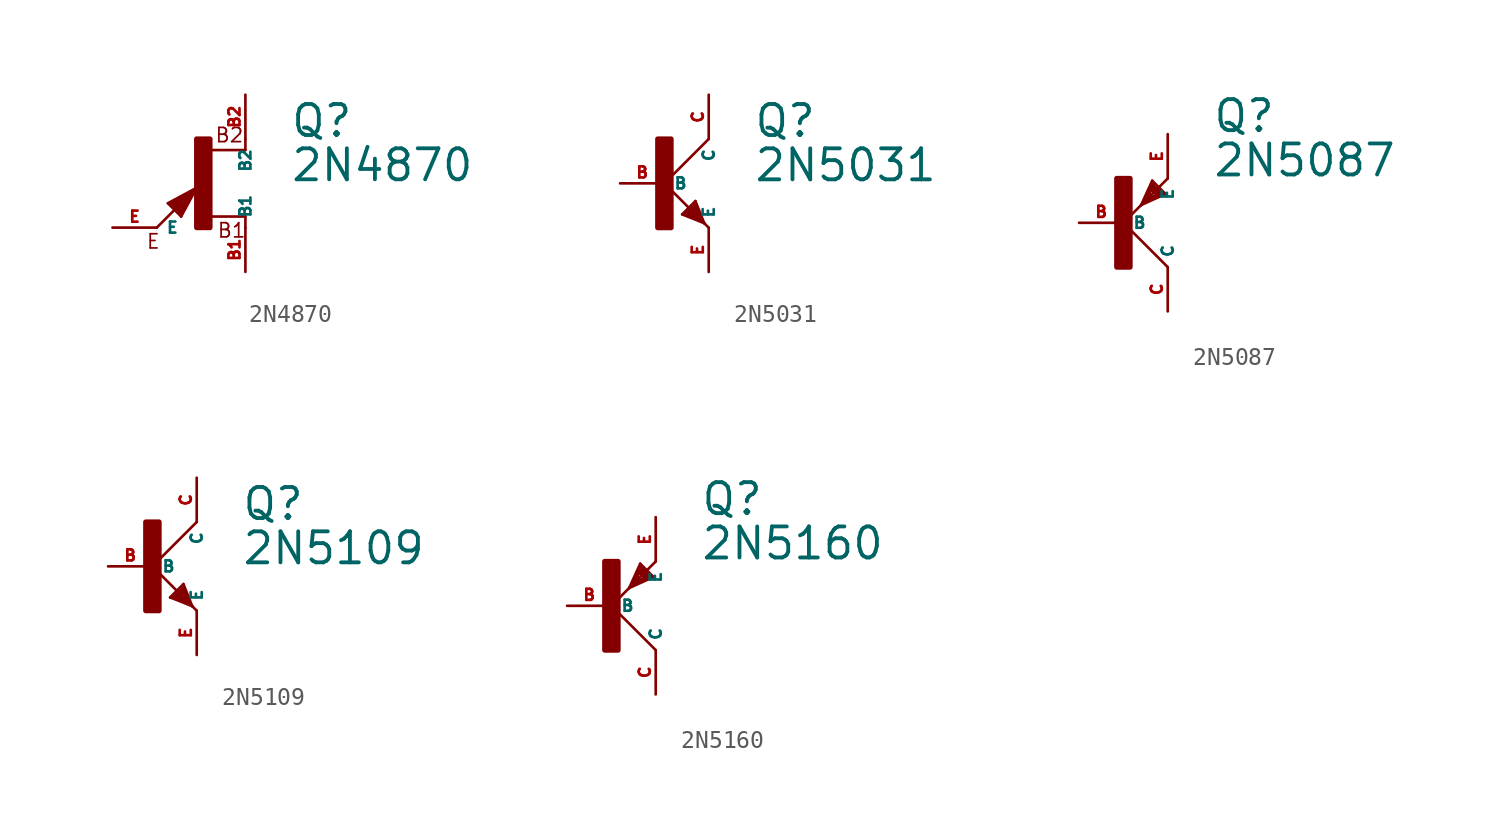
<source format=kicad_sym>
(kicad_symbol_lib
  (version 20220914)
  (generator Eagle2Kicad)
  (symbol "2N4870"
    (property "Reference" "Q"
      (at 5.08 2.54 0)
      (effects (font (size 1.778 1.778) (thickness 0.22)) (justify left bottom)))
    (property "Value" "2N4870"
      (at 5.08 0 0)
      (effects (font (size 1.778 1.778) (thickness 0.22)) (justify left bottom)))
    (polyline
      (pts (xy 2.54 1.905) (xy 0.533 1.905))
      (stroke (width 0.152) (type default))
      (fill (type none)))
    (polyline
      (pts (xy 2.54 -1.905) (xy 0.533 -1.905))
      (stroke (width 0.152) (type default))
      (fill (type none)))
    (polyline
      (pts (xy 2.54 -2.54) (xy 2.54 -1.905))
      (stroke (width 0.152) (type default))
      (fill (type none)))
    (polyline
      (pts (xy 2.54 2.54) (xy 2.54 1.905))
      (stroke (width 0.152) (type default))
      (fill (type none)))
    (polyline
      (pts (xy -1.143 -1.905) (xy -1.905 -1.143))
      (stroke (width 0.152) (type default))
      (fill (type none)))
    (polyline
      (pts (xy -0.254 -0.254) (xy -1.143 -1.905))
      (stroke (width 0.152) (type default))
      (fill (type none)))
    (polyline
      (pts (xy -1.905 -1.143) (xy -0.254 -0.254))
      (stroke (width 0.152) (type default))
      (fill (type none)))
    (polyline
      (pts (xy -2.54 -2.54) (xy -0.635 -0.635))
      (stroke (width 0.152) (type default))
      (fill (type none)))
    (polyline
      (pts (xy -0.635 -0.635) (xy -0.254 -0.254))
      (stroke (width 0.152) (type default))
      (fill (type none)))
    (polyline
      (pts (xy -0.635 -0.635) (xy -1.651 -1.143))
      (stroke (width 0.254) (type default))
      (fill (type none)))
    (polyline
      (pts (xy -1.651 -1.143) (xy -1.143 -1.651))
      (stroke (width 0.254) (type default))
      (fill (type none)))
    (polyline
      (pts (xy -1.143 -1.651) (xy -0.635 -0.635))
      (stroke (width 0.254) (type default))
      (fill (type none)))
    (polyline
      (pts (xy -1.27 -1.143) (xy -1.143 -1.27))
      (stroke (width 0.406) (type default))
      (fill (type none)))
    (text "B2"
      (at 0.762 2.286 0)
      (effects (font (size 0.813 0.813) (thickness 0.10)) (justify left bottom)))
    (text "B1"
      (at 0.889 -3.175 0)
      (effects (font (size 0.813 0.813) (thickness 0.10)) (justify left bottom)))
    (text "E"
      (at -3.175 -3.81 0)
      (effects (font (size 0.813 0.813) (thickness 0.10)) (justify left bottom)))
    (rectangle
      (start -0.254 -2.54)
      (end 0.508 2.54)
      (stroke (width 0.3) (type default))
      (fill (type outline)))
    (pin passive line
      (at -5.08 -2.54 0)
      (length 2.54)
      (name "E" (effects (font (size 0.635 0.635) (thickness 0.08)) (justify left bottom)))
      (number "E" (effects (font (size 0.635 0.635) (thickness 0.08)) (justify left bottom))))
    (pin passive line
      (at 2.54 -5.08 90)
      (length 2.54)
      (name "B1" (effects (font (size 0.635 0.635) (thickness 0.08)) (justify left bottom)))
      (number "B1" (effects (font (size 0.635 0.635) (thickness 0.08)) (justify left bottom))))
    (pin passive line
      (at 2.54 5.08 270)
      (length 2.54)
      (name "B2" (effects (font (size 0.635 0.635) (thickness 0.08)) (justify left bottom)))
      (number "B2" (effects (font (size 0.635 0.635) (thickness 0.08)) (justify left bottom)))))
  (symbol "2N5031"
    (property "Reference" "Q"
      (at 5.08 2.54 0)
      (effects (font (size 1.778 1.778) (thickness 0.22)) (justify left bottom)))
    (property "Value" "2N5031"
      (at 5.08 0 0)
      (effects (font (size 1.778 1.778) (thickness 0.22)) (justify left bottom)))
    (polyline
      (pts (xy 2.54 2.54) (xy 0 0))
      (stroke (width 0.152) (type default))
      (fill (type none)))
    (polyline
      (pts (xy 0 0) (xy 2.032 -2.032))
      (stroke (width 0.152) (type default))
      (fill (type none)))
    (polyline
      (pts (xy 2.032 -2.032) (xy 2.286 -2.286))
      (stroke (width 0.152) (type default))
      (fill (type none)))
    (polyline
      (pts (xy 1.778 -1.016) (xy 2.286 -2.286))
      (stroke (width 0.152) (type default))
      (fill (type none)))
    (polyline
      (pts (xy 2.286 -2.286) (xy 2.54 -2.54))
      (stroke (width 0.152) (type default))
      (fill (type none)))
    (polyline
      (pts (xy 2.286 -2.286) (xy 1.016 -1.778))
      (stroke (width 0.152) (type default))
      (fill (type none)))
    (polyline
      (pts (xy 1.016 -1.778) (xy 1.778 -1.016))
      (stroke (width 0.152) (type default))
      (fill (type none)))
    (polyline
      (pts (xy 2.032 -2.032) (xy 1.778 -1.27))
      (stroke (width 0.254) (type default))
      (fill (type none)))
    (polyline
      (pts (xy 1.778 -1.27) (xy 1.27 -1.778))
      (stroke (width 0.254) (type default))
      (fill (type none)))
    (polyline
      (pts (xy 1.27 -1.778) (xy 2.032 -2.032))
      (stroke (width 0.254) (type default))
      (fill (type none)))
    (polyline
      (pts (xy 1.524 -1.778) (xy 1.778 -1.524))
      (stroke (width 0.254) (type default))
      (fill (type none)))
    (rectangle
      (start -0.381 -2.54)
      (end 0.381 2.54)
      (stroke (width 0.3) (type default))
      (fill (type outline)))
    (pin passive line
      (at -2.54 0 0)
      (length 2.54)
      (name "B" (effects (font (size 0.635 0.635) (thickness 0.08)) (justify left bottom)))
      (number "B" (effects (font (size 0.635 0.635) (thickness 0.08)) (justify left bottom))))
    (pin passive line
      (at 2.54 -5.08 90)
      (length 2.54)
      (name "E" (effects (font (size 0.635 0.635) (thickness 0.08)) (justify left bottom)))
      (number "E" (effects (font (size 0.635 0.635) (thickness 0.08)) (justify left bottom))))
    (pin passive line
      (at 2.54 5.08 270)
      (length 2.54)
      (name "C" (effects (font (size 0.635 0.635) (thickness 0.08)) (justify left bottom)))
      (number "C" (effects (font (size 0.635 0.635) (thickness 0.08)) (justify left bottom)))))
  (symbol "2N5087"
    (property "Reference" "Q"
      (at 5.08 5.08 0)
      (effects (font (size 1.778 1.778) (thickness 0.22)) (justify left bottom)))
    (property "Value" "2N5087"
      (at 5.08 2.54 0)
      (effects (font (size 1.778 1.778) (thickness 0.22)) (justify left bottom)))
    (polyline
      (pts (xy 2.54 -2.54) (xy 0 0))
      (stroke (width 0.152) (type default))
      (fill (type none)))
    (polyline
      (pts (xy 0 0) (xy 1.016 1.016))
      (stroke (width 0.152) (type default))
      (fill (type none)))
    (polyline
      (pts (xy 1.651 2.413) (xy 1.016 1.016))
      (stroke (width 0.152) (type default))
      (fill (type none)))
    (polyline
      (pts (xy 1.016 1.016) (xy 1.27 1.27))
      (stroke (width 0.152) (type default))
      (fill (type none)))
    (polyline
      (pts (xy 1.27 1.27) (xy 2.54 2.54))
      (stroke (width 0.152) (type default))
      (fill (type none)))
    (polyline
      (pts (xy 1.016 1.016) (xy 2.413 1.651))
      (stroke (width 0.152) (type default))
      (fill (type none)))
    (polyline
      (pts (xy 2.413 1.651) (xy 1.651 2.413))
      (stroke (width 0.152) (type default))
      (fill (type none)))
    (polyline
      (pts (xy 1.27 1.27) (xy 1.651 2.159))
      (stroke (width 0.254) (type default))
      (fill (type none)))
    (polyline
      (pts (xy 1.651 2.159) (xy 2.159 1.651))
      (stroke (width 0.254) (type default))
      (fill (type none)))
    (polyline
      (pts (xy 2.159 1.651) (xy 1.27 1.27))
      (stroke (width 0.254) (type default))
      (fill (type none)))
    (polyline
      (pts (xy 1.651 1.905) (xy 1.905 1.651))
      (stroke (width 0.254) (type default))
      (fill (type none)))
    (rectangle
      (start -0.381 -2.54)
      (end 0.381 2.54)
      (stroke (width 0.3) (type default))
      (fill (type outline)))
    (pin passive line
      (at -2.54 0 0)
      (length 2.54)
      (name "B" (effects (font (size 0.635 0.635) (thickness 0.08)) (justify left bottom)))
      (number "B" (effects (font (size 0.635 0.635) (thickness 0.08)) (justify left bottom))))
    (pin passive line
      (at 2.54 5.08 270)
      (length 2.54)
      (name "E" (effects (font (size 0.635 0.635) (thickness 0.08)) (justify left bottom)))
      (number "E" (effects (font (size 0.635 0.635) (thickness 0.08)) (justify left bottom))))
    (pin passive line
      (at 2.54 -5.08 90)
      (length 2.54)
      (name "C" (effects (font (size 0.635 0.635) (thickness 0.08)) (justify left bottom)))
      (number "C" (effects (font (size 0.635 0.635) (thickness 0.08)) (justify left bottom)))))
  (symbol "2N5109"
    (property "Reference" "Q"
      (at 5.08 2.54 0)
      (effects (font (size 1.778 1.778) (thickness 0.22)) (justify left bottom)))
    (property "Value" "2N5109"
      (at 5.08 0 0)
      (effects (font (size 1.778 1.778) (thickness 0.22)) (justify left bottom)))
    (polyline
      (pts (xy 2.54 2.54) (xy 0 0))
      (stroke (width 0.152) (type default))
      (fill (type none)))
    (polyline
      (pts (xy 0 0) (xy 2.032 -2.032))
      (stroke (width 0.152) (type default))
      (fill (type none)))
    (polyline
      (pts (xy 2.032 -2.032) (xy 2.286 -2.286))
      (stroke (width 0.152) (type default))
      (fill (type none)))
    (polyline
      (pts (xy 1.778 -1.016) (xy 2.286 -2.286))
      (stroke (width 0.152) (type default))
      (fill (type none)))
    (polyline
      (pts (xy 2.286 -2.286) (xy 2.54 -2.54))
      (stroke (width 0.152) (type default))
      (fill (type none)))
    (polyline
      (pts (xy 2.286 -2.286) (xy 1.016 -1.778))
      (stroke (width 0.152) (type default))
      (fill (type none)))
    (polyline
      (pts (xy 1.016 -1.778) (xy 1.778 -1.016))
      (stroke (width 0.152) (type default))
      (fill (type none)))
    (polyline
      (pts (xy 2.032 -2.032) (xy 1.778 -1.27))
      (stroke (width 0.254) (type default))
      (fill (type none)))
    (polyline
      (pts (xy 1.778 -1.27) (xy 1.27 -1.778))
      (stroke (width 0.254) (type default))
      (fill (type none)))
    (polyline
      (pts (xy 1.27 -1.778) (xy 2.032 -2.032))
      (stroke (width 0.254) (type default))
      (fill (type none)))
    (polyline
      (pts (xy 1.524 -1.778) (xy 1.778 -1.524))
      (stroke (width 0.254) (type default))
      (fill (type none)))
    (rectangle
      (start -0.381 -2.54)
      (end 0.381 2.54)
      (stroke (width 0.3) (type default))
      (fill (type outline)))
    (pin passive line
      (at -2.54 0 0)
      (length 2.54)
      (name "B" (effects (font (size 0.635 0.635) (thickness 0.08)) (justify left bottom)))
      (number "B" (effects (font (size 0.635 0.635) (thickness 0.08)) (justify left bottom))))
    (pin passive line
      (at 2.54 -5.08 90)
      (length 2.54)
      (name "E" (effects (font (size 0.635 0.635) (thickness 0.08)) (justify left bottom)))
      (number "E" (effects (font (size 0.635 0.635) (thickness 0.08)) (justify left bottom))))
    (pin passive line
      (at 2.54 5.08 270)
      (length 2.54)
      (name "C" (effects (font (size 0.635 0.635) (thickness 0.08)) (justify left bottom)))
      (number "C" (effects (font (size 0.635 0.635) (thickness 0.08)) (justify left bottom)))))
  (symbol "2N5160"
    (property "Reference" "Q"
      (at 5.08 5.08 0)
      (effects (font (size 1.778 1.778) (thickness 0.22)) (justify left bottom)))
    (property "Value" "2N5160"
      (at 5.08 2.54 0)
      (effects (font (size 1.778 1.778) (thickness 0.22)) (justify left bottom)))
    (polyline
      (pts (xy 2.54 -2.54) (xy 0 0))
      (stroke (width 0.152) (type default))
      (fill (type none)))
    (polyline
      (pts (xy 0 0) (xy 1.016 1.016))
      (stroke (width 0.152) (type default))
      (fill (type none)))
    (polyline
      (pts (xy 1.651 2.413) (xy 1.016 1.016))
      (stroke (width 0.152) (type default))
      (fill (type none)))
    (polyline
      (pts (xy 1.016 1.016) (xy 1.27 1.27))
      (stroke (width 0.152) (type default))
      (fill (type none)))
    (polyline
      (pts (xy 1.27 1.27) (xy 2.54 2.54))
      (stroke (width 0.152) (type default))
      (fill (type none)))
    (polyline
      (pts (xy 1.016 1.016) (xy 2.413 1.651))
      (stroke (width 0.152) (type default))
      (fill (type none)))
    (polyline
      (pts (xy 2.413 1.651) (xy 1.651 2.413))
      (stroke (width 0.152) (type default))
      (fill (type none)))
    (polyline
      (pts (xy 1.27 1.27) (xy 1.651 2.159))
      (stroke (width 0.254) (type default))
      (fill (type none)))
    (polyline
      (pts (xy 1.651 2.159) (xy 2.159 1.651))
      (stroke (width 0.254) (type default))
      (fill (type none)))
    (polyline
      (pts (xy 2.159 1.651) (xy 1.27 1.27))
      (stroke (width 0.254) (type default))
      (fill (type none)))
    (polyline
      (pts (xy 1.651 1.905) (xy 1.905 1.651))
      (stroke (width 0.254) (type default))
      (fill (type none)))
    (rectangle
      (start -0.381 -2.54)
      (end 0.381 2.54)
      (stroke (width 0.3) (type default))
      (fill (type outline)))
    (pin passive line
      (at -2.54 0 0)
      (length 2.54)
      (name "B" (effects (font (size 0.635 0.635) (thickness 0.08)) (justify left bottom)))
      (number "B" (effects (font (size 0.635 0.635) (thickness 0.08)) (justify left bottom))))
    (pin passive line
      (at 2.54 5.08 270)
      (length 2.54)
      (name "E" (effects (font (size 0.635 0.635) (thickness 0.08)) (justify left bottom)))
      (number "E" (effects (font (size 0.635 0.635) (thickness 0.08)) (justify left bottom))))
    (pin passive line
      (at 2.54 -5.08 90)
      (length 2.54)
      (name "C" (effects (font (size 0.635 0.635) (thickness 0.08)) (justify left bottom)))
      (number "C" (effects (font (size 0.635 0.635) (thickness 0.08)) (justify left bottom))))))
</source>
